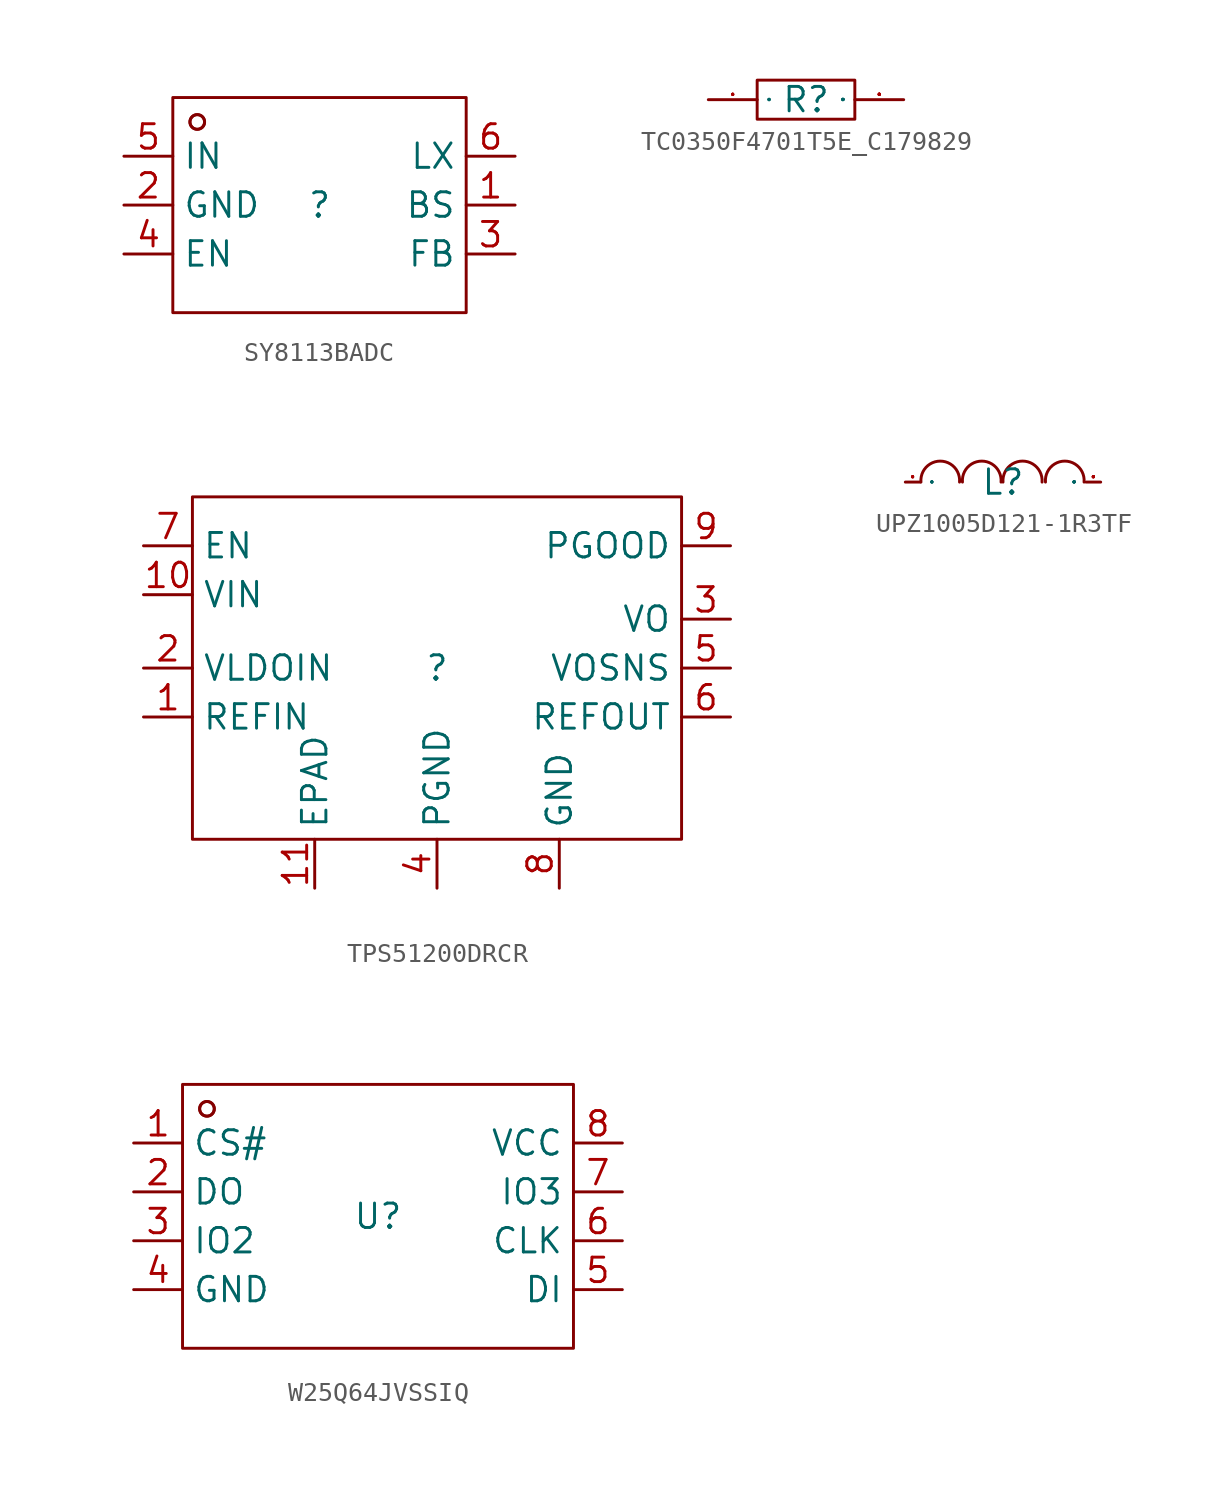
<source format=kicad_sym>
(kicad_symbol_lib
  (version 20241209)
  (generator "kicad_symbol_editor")
  (generator_version "9.0")
  (symbol "SY8113BADC"
    (property "Reference" ""
      (at 0 0 0)
      (effects (font (size 1.27 1.27))))
    (property "Value" ""
      (at 0 0 0)
      (effects (font (size 1.27 1.27))))
    (symbol "SY8113BADC_1_0"
      (rectangle (start -7.62 -5.588) (end 7.62 5.588) (stroke (width 0) (type default)) (fill (type none)))
      (circle (center -6.35 4.318) (radius 0.381) (stroke (width 0) (type default)) (fill (type none)))
      (circle (center -6.35 4.318) (radius 0.381) (stroke (width 0) (type default)) (fill (type none)))
      (pin input line (at -10.16 2.54 0) (length 2.54) (name "IN" (effects (font (size 1.27 1.27)))) (number "5" (effects (font (size 1.27 1.27)))))
      (pin input line (at -10.16 0 0) (length 2.54) (name "GND" (effects (font (size 1.27 1.27)))) (number "2" (effects (font (size 1.27 1.27)))))
      (pin input line (at -10.16 -2.54 0) (length 2.54) (name "EN" (effects (font (size 1.27 1.27)))) (number "4" (effects (font (size 1.27 1.27)))))
      (pin input line (at 10.16 2.54 180) (length 2.54) (name "LX" (effects (font (size 1.27 1.27)))) (number "6" (effects (font (size 1.27 1.27)))))
      (pin input line (at 10.16 0 180) (length 2.54) (name "BS" (effects (font (size 1.27 1.27)))) (number "1" (effects (font (size 1.27 1.27)))))
      (pin input line (at 10.16 -2.54 180) (length 2.54) (name "FB" (effects (font (size 1.27 1.27)))) (number "3" (effects (font (size 1.27 1.27)))))))
  (symbol "TC0350F4701T5E_C179829"
    (property "Reference" "R"
      (at 0 0 0)
      (effects (font (size 1.27 1.27))))
    (symbol "TC0350F4701T5E_C179829_1_0"
      (rectangle (start -2.54 -1.016) (end 2.54 1.016) (stroke (width 0) (type default)) (fill (type none)))
      (pin input line (at -5.08 0 0) (length 2.54) (name "1" (effects (font (size 0.025 0.025)))) (number "1" (effects (font (size 0.025 0.025)))))
      (pin input line (at 5.08 0 180) (length 2.54) (name "2" (effects (font (size 0.025 0.025)))) (number "2" (effects (font (size 0.025 0.025)))))))
  (symbol "TPS51200DRCR"
    (property "Reference" ""
      (at 0 0 0)
      (effects (font (size 1.27 1.27))))
    (property "Value" ""
      (at 0 0 0)
      (effects (font (size 1.27 1.27))))
    (symbol "TPS51200DRCR_1_0"
      (rectangle (start -12.7 -8.89) (end 12.7 8.89) (stroke (width 0) (type default)) (fill (type none)))
      (pin unspecified line (at -15.24 6.35 0) (length 2.54) (name "EN" (effects (font (size 1.27 1.27)))) (number "7" (effects (font (size 1.27 1.27)))))
      (pin unspecified line (at -15.24 3.81 0) (length 2.54) (name "VIN" (effects (font (size 1.27 1.27)))) (number "10" (effects (font (size 1.27 1.27)))))
      (pin unspecified line (at -15.24 0 0) (length 2.54) (name "VLDOIN" (effects (font (size 1.27 1.27)))) (number "2" (effects (font (size 1.27 1.27)))))
      (pin unspecified line (at -15.24 -2.54 0) (length 2.54) (name "REFIN" (effects (font (size 1.27 1.27)))) (number "1" (effects (font (size 1.27 1.27)))))
      (pin unspecified line (at -6.35 -11.43 90) (length 2.54) (name "EPAD" (effects (font (size 1.27 1.27)))) (number "11" (effects (font (size 1.27 1.27)))))
      (pin unspecified line (at 0 -11.43 90) (length 2.54) (name "PGND" (effects (font (size 1.27 1.27)))) (number "4" (effects (font (size 1.27 1.27)))))
      (pin unspecified line (at 6.35 -11.43 90) (length 2.54) (name "GND" (effects (font (size 1.27 1.27)))) (number "8" (effects (font (size 1.27 1.27)))))
      (pin unspecified line (at 15.24 6.35 180) (length 2.54) (name "PGOOD" (effects (font (size 1.27 1.27)))) (number "9" (effects (font (size 1.27 1.27)))))
      (pin unspecified line (at 15.24 2.54 180) (length 2.54) (name "VO" (effects (font (size 1.27 1.27)))) (number "3" (effects (font (size 1.27 1.27)))))
      (pin unspecified line (at 15.24 0 180) (length 2.54) (name "VOSNS" (effects (font (size 1.27 1.27)))) (number "5" (effects (font (size 1.27 1.27)))))
      (pin unspecified line (at 15.24 -2.54 180) (length 2.54) (name "REFOUT" (effects (font (size 1.27 1.27)))) (number "6" (effects (font (size 1.27 1.27)))))))
  (symbol "UPZ1005D121-1R3TF"
    (property "Reference" "L"
      (at 0 0 0)
      (effects (font (size 1.27 1.27))))
    (property "Value" ""
      (at 0 0 0)
      (effects (font (size 1.27 1.27))))
    (symbol "UPZ1005D121-1R3TF_1_0"
      (arc (start -4.2672 0) (mid -3.2512 1.0922) (end -2.2606 0) (stroke (width 0) (type default)) (fill (type none)))
      (arc (start -2.1082 0) (mid -1.1176 1.0922) (end -0.1016 0) (stroke (width 0) (type default)) (fill (type none)))
      (arc (start 0 0) (mid 1.016 1.0922) (end 2.032 0) (stroke (width 0) (type default)) (fill (type none)))
      (arc (start 2.2098 0) (mid 3.2004 1.0922) (end 4.2164 0) (stroke (width 0) (type default)) (fill (type none)))
      (pin input line (at -5.08 0 0) (length 0.762) (name "1" (effects (font (size 0.025 0.025)))) (number "1" (effects (font (size 0.025 0.025)))))
      (pin input line (at 5.08 0 180) (length 0.762) (name "2" (effects (font (size 0.025 0.025)))) (number "2" (effects (font (size 0.025 0.025)))))))
  (symbol "W25Q64JVSSIQ"
    (property "Reference" "U"
      (at 0 0 0)
      (effects (font (size 1.27 1.27))))
    (property "Value" ""
      (at 0 0 0)
      (effects (font (size 1.27 1.27))))
    (symbol "W25Q64JVSSIQ_1_0"
      (rectangle (start -10.16 -6.858) (end 10.16 6.858) (stroke (width 0) (type default)) (fill (type none)))
      (circle (center -8.89 5.588) (radius 0.381) (stroke (width 0) (type default)) (fill (type none)))
      (circle (center -8.89 5.588) (radius 0.381) (stroke (width 0) (type default)) (fill (type none)))
      (pin unspecified line (at -12.7 3.81 0) (length 2.54) (name "CS#" (effects (font (size 1.27 1.27)))) (number "1" (effects (font (size 1.27 1.27)))))
      (pin unspecified line (at -12.7 1.27 0) (length 2.54) (name "DO" (effects (font (size 1.27 1.27)))) (number "2" (effects (font (size 1.27 1.27)))))
      (pin unspecified line (at -12.7 -1.27 0) (length 2.54) (name "IO2" (effects (font (size 1.27 1.27)))) (number "3" (effects (font (size 1.27 1.27)))))
      (pin unspecified line (at -12.7 -3.81 0) (length 2.54) (name "GND" (effects (font (size 1.27 1.27)))) (number "4" (effects (font (size 1.27 1.27)))))
      (pin unspecified line (at 12.7 3.81 180) (length 2.54) (name "VCC" (effects (font (size 1.27 1.27)))) (number "8" (effects (font (size 1.27 1.27)))))
      (pin unspecified line (at 12.7 1.27 180) (length 2.54) (name "IO3" (effects (font (size 1.27 1.27)))) (number "7" (effects (font (size 1.27 1.27)))))
      (pin unspecified line (at 12.7 -1.27 180) (length 2.54) (name "CLK" (effects (font (size 1.27 1.27)))) (number "6" (effects (font (size 1.27 1.27)))))
      (pin unspecified line (at 12.7 -3.81 180) (length 2.54) (name "DI" (effects (font (size 1.27 1.27)))) (number "5" (effects (font (size 1.27 1.27))))))))
</source>
